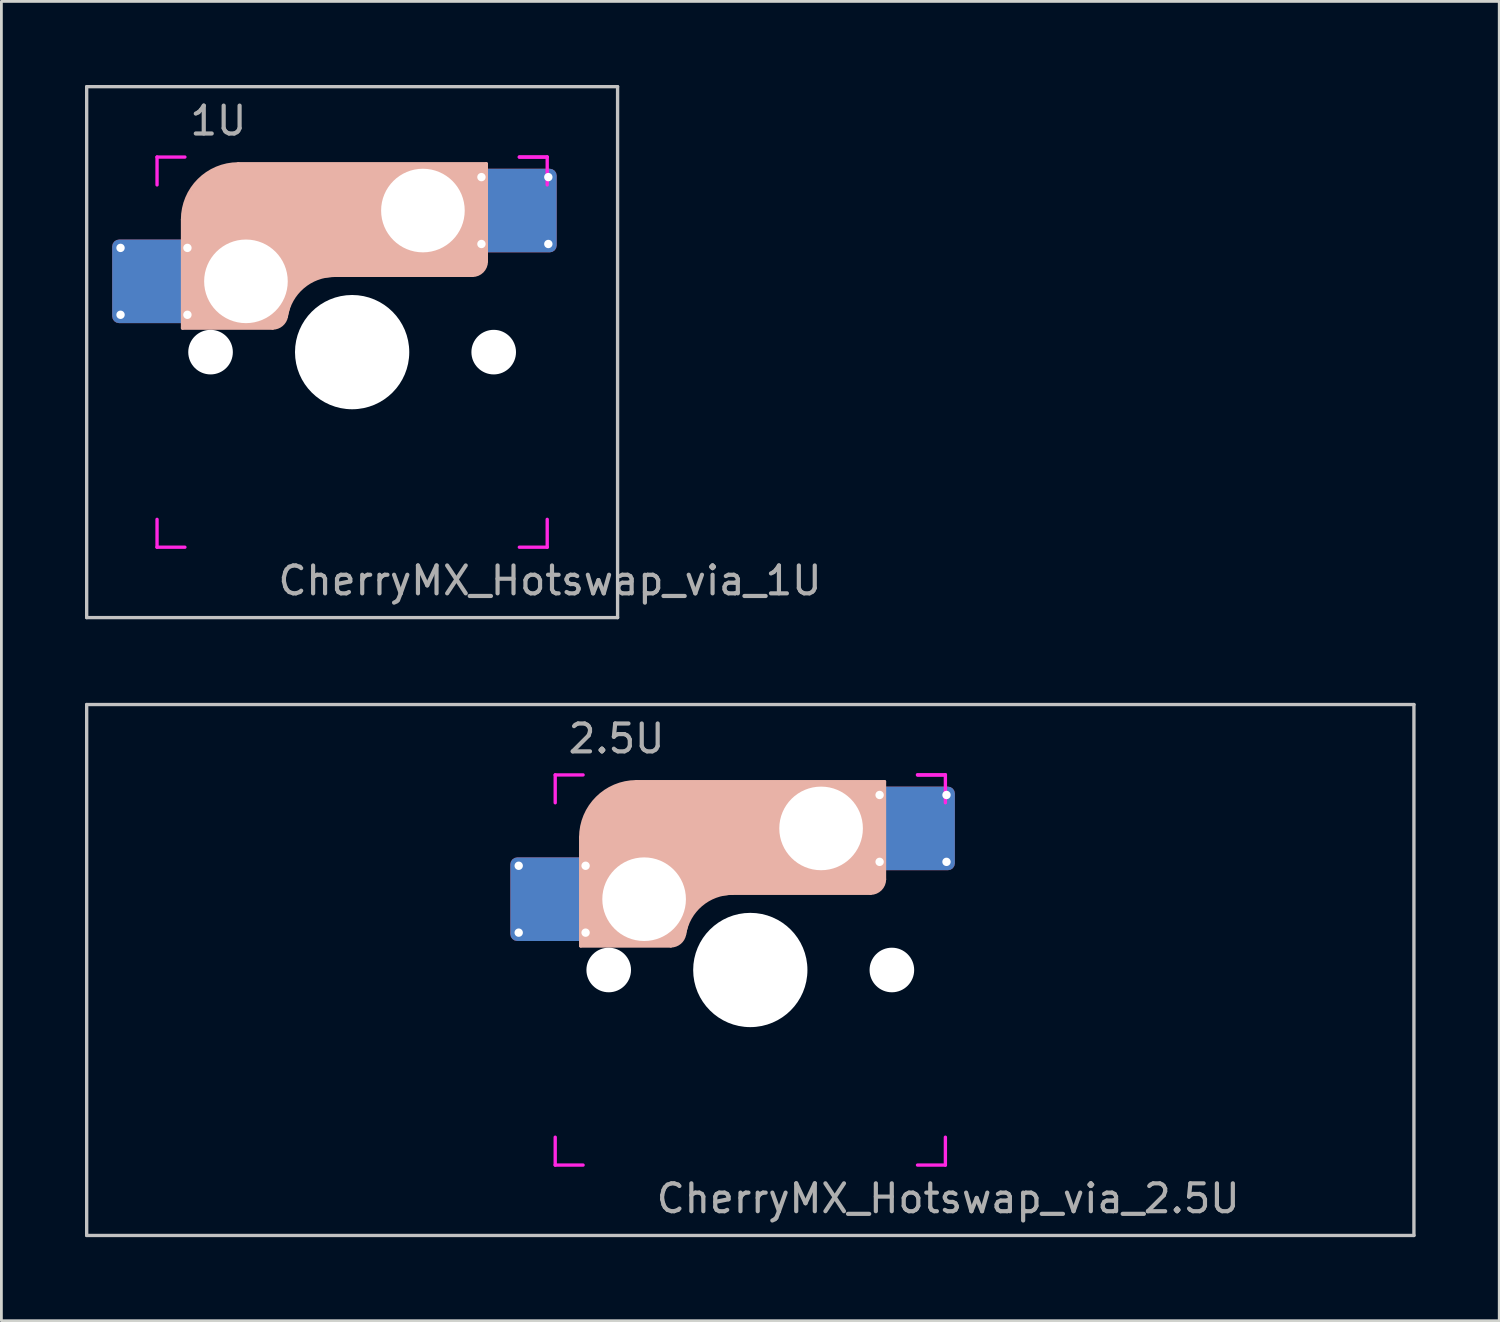
<source format=kicad_pcb>
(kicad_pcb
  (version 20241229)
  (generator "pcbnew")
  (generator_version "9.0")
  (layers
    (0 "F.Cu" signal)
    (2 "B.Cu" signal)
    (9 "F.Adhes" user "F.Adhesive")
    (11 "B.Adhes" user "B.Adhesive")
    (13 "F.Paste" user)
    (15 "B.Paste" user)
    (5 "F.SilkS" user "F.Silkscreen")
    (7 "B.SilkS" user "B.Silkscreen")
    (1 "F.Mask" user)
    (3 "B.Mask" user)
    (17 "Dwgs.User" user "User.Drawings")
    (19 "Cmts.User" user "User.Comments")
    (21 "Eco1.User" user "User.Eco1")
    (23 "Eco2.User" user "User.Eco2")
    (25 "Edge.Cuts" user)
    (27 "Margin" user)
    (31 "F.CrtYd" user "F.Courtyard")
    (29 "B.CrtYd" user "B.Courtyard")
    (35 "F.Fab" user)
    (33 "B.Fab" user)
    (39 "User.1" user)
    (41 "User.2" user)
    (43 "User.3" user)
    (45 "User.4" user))
  (footprint "CherryMX_Hotswap_via_2.5U"
    (layer "F.Cu")
    (at 23.872 31.755)
    (property "Reference" "CherryMX_Hotswap_via_2.5U" (at 7.1 8.2 0) (layer "F.Fab") (effects (font (size 1 1) (thickness 0.15))))
    (attr through_hole)
    (fp_line (start -8.11 -1.74) (end -8.11 -3.34) (stroke (width 0.12) (type solid)) (layer "B.Mask"))
    (fp_line (start -7.91 -3.54) (end -6.31 -3.54) (stroke (width 0.12) (type solid)) (layer "B.Mask"))
    (fp_line (start -6.31 -1.54) (end -7.91 -1.54) (stroke (width 0.12) (type solid)) (layer "B.Mask"))
    (fp_line (start -6.11 -3.34) (end -6.11 -1.74) (stroke (width 0.12) (type solid)) (layer "B.Mask"))
    (fp_line (start 4.84 -5.88) (end 4.84 -4.28) (stroke (width 0.12) (type solid)) (layer "B.Mask"))
    (fp_line (start 5.04 -6.08) (end 6.64 -6.08) (stroke (width 0.12) (type solid)) (layer "B.Mask"))
    (fp_line (start 5.04 -4.08) (end 6.64 -4.08) (stroke (width 0.12) (type solid)) (layer "B.Mask"))
    (fp_line (start 6.84 -4.28) (end 6.84 -5.88) (stroke (width 0.12) (type solid)) (layer "B.Mask"))
    (fp_arc (start -8.11 -3.34) (mid -8.051421 -3.481421) (end -7.91 -3.54) (stroke (width 0.12) (type solid)) (layer "B.Mask"))
    (fp_arc (start -7.91 -1.54) (mid -8.051421 -1.598579) (end -8.11 -1.74) (stroke (width 0.12) (type solid)) (layer "B.Mask"))
    (fp_arc (start -6.31 -3.54) (mid -6.168579 -3.481421) (end -6.11 -3.34) (stroke (width 0.12) (type solid)) (layer "B.Mask"))
    (fp_arc (start -6.11 -1.74) (mid -6.168579 -1.598579) (end -6.31 -1.54) (stroke (width 0.12) (type solid)) (layer "B.Mask"))
    (fp_arc (start 4.84 -5.88) (mid 4.898579 -6.021421) (end 5.04 -6.08) (stroke (width 0.12) (type solid)) (layer "B.Mask"))
    (fp_arc (start 5.04 -4.08) (mid 4.898579 -4.138579) (end 4.84 -4.28) (stroke (width 0.12) (type solid)) (layer "B.Mask"))
    (fp_arc (start 6.64 -6.08) (mid 6.781421 -6.021421) (end 6.84 -5.88) (stroke (width 0.12) (type solid)) (layer "B.Mask"))
    (fp_arc (start 6.84 -4.28) (mid 6.781421 -4.138579) (end 6.64 -4.08) (stroke (width 0.12) (type solid)) (layer "B.Mask"))
    (fp_poly (pts (xy -6.11 -3.34) (xy -6.11 -1.74) (xy -6.31 -1.54) (xy -7.91 -1.54) (xy -8.11 -1.74) (xy -8.11 -3.34) (xy -7.91 -3.54) (xy -6.31 -3.54)) (stroke (width 0.1) (type solid)) (fill yes) (layer "B.Mask"))
    (fp_poly (pts (xy 6.84 -5.88) (xy 6.84 -4.28) (xy 6.64 -4.08) (xy 5.04 -4.08) (xy 4.84 -4.28) (xy 4.84 -5.88) (xy 5.04 -6.08) (xy 6.64 -6.08)) (stroke (width 0.1) (type solid)) (fill yes) (layer "B.Mask"))
    (fp_line (start -6.085 -0.865) (end -6.085 -4.755) (stroke (width 0.12) (type solid)) (layer "B.SilkS"))
    (fp_line (start -4.085 -6.755) (end 4.815 -6.755) (stroke (width 0.12) (type solid)) (layer "B.SilkS"))
    (fp_line (start -2.852 -0.865) (end -6.085 -0.865) (stroke (width 0.12) (type solid)) (layer "B.SilkS"))
    (fp_line (start -0.635 -2.755) (end 4.315 -2.755) (stroke (width 0.12) (type solid)) (layer "B.SilkS"))
    (fp_line (start 4.815 -6.755) (end 4.815 -3.255) (stroke (width 0.12) (type solid)) (layer "B.SilkS"))
    (fp_arc (start -6.085 -4.755) (mid -5.499214 -6.169214) (end -4.085 -6.755) (stroke (width 0.12) (type solid)) (layer "B.SilkS"))
    (fp_arc (start -2.360959 -1.278326) (mid -1.770727 -2.335454) (end -0.635 -2.755) (stroke (width 0.12) (type solid)) (layer "B.SilkS"))
    (fp_arc (start -2.36 -1.278176) (mid -2.53101 -0.981978) (end -2.852404 -0.865) (stroke (width 0.12) (type solid)) (layer "B.SilkS"))
    (fp_arc (start 4.815 -3.255) (mid 4.668553 -2.901447) (end 4.315 -2.755) (stroke (width 0.12) (type solid)) (layer "B.SilkS"))
    (fp_poly (pts (xy 4.815 -3.255) (xy 4.633 -2.937) (xy 4.315 -2.755) (xy -0.635 -2.755) (xy -1.259 -2.696) (xy -1.805 -2.376) (xy -2.207 -1.885) (xy -2.361 -1.278) (xy -2.563 -1.02) (xy -2.852 -0.865) (xy -6.085 -0.865) (xy -6.085 -4.755) (xy -5.887 -5.501) (xy -5.464 -6.134) (xy -4.831 -6.557) (xy -4.085 -6.755) (xy 4.815 -6.755)) (stroke (width 0.1) (type solid)) (fill yes) (layer "B.SilkS"))
    (fp_line (start -8.11 -1.74) (end -8.11 -3.34) (stroke (width 0.12) (type solid)) (layer "B.Paste"))
    (fp_line (start -7.91 -3.54) (end -6.31 -3.54) (stroke (width 0.12) (type solid)) (layer "B.Paste"))
    (fp_line (start -6.31 -1.54) (end -7.91 -1.54) (stroke (width 0.12) (type solid)) (layer "B.Paste"))
    (fp_line (start -6.11 -3.34) (end -6.11 -1.74) (stroke (width 0.12) (type solid)) (layer "B.Paste"))
    (fp_line (start 4.84 -5.88) (end 4.84 -4.28) (stroke (width 0.12) (type solid)) (layer "B.Paste"))
    (fp_line (start 5.04 -6.08) (end 6.64 -6.08) (stroke (width 0.12) (type solid)) (layer "B.Paste"))
    (fp_line (start 5.04 -4.08) (end 6.64 -4.08) (stroke (width 0.12) (type solid)) (layer "B.Paste"))
    (fp_line (start 6.84 -4.28) (end 6.84 -5.88) (stroke (width 0.12) (type solid)) (layer "B.Paste"))
    (fp_arc (start -8.11 -3.34) (mid -8.051421 -3.481421) (end -7.91 -3.54) (stroke (width 0.12) (type solid)) (layer "B.Paste"))
    (fp_arc (start -7.91 -1.54) (mid -8.051421 -1.598579) (end -8.11 -1.74) (stroke (width 0.12) (type solid)) (layer "B.Paste"))
    (fp_arc (start -6.31 -3.54) (mid -6.168579 -3.481421) (end -6.11 -3.34) (stroke (width 0.12) (type solid)) (layer "B.Paste"))
    (fp_arc (start -6.11 -1.74) (mid -6.168579 -1.598579) (end -6.31 -1.54) (stroke (width 0.12) (type solid)) (layer "B.Paste"))
    (fp_arc (start 4.84 -5.88) (mid 4.898579 -6.021421) (end 5.04 -6.08) (stroke (width 0.12) (type solid)) (layer "B.Paste"))
    (fp_arc (start 5.04 -4.08) (mid 4.898579 -4.138579) (end 4.84 -4.28) (stroke (width 0.12) (type solid)) (layer "B.Paste"))
    (fp_arc (start 6.64 -6.08) (mid 6.781421 -6.021421) (end 6.84 -5.88) (stroke (width 0.12) (type solid)) (layer "B.Paste"))
    (fp_arc (start 6.84 -4.28) (mid 6.781421 -4.138579) (end 6.64 -4.08) (stroke (width 0.12) (type solid)) (layer "B.Paste"))
    (fp_poly (pts (xy -6.11 -3.34) (xy -6.11 -1.74) (xy -6.31 -1.54) (xy -7.91 -1.54) (xy -8.11 -1.74) (xy -8.11 -3.34) (xy -7.91 -3.54) (xy -6.31 -3.54)) (stroke (width 0.1) (type solid)) (fill yes) (layer "B.Paste"))
    (fp_poly (pts (xy 6.84 -5.88) (xy 6.84 -4.28) (xy 6.64 -4.08) (xy 5.04 -4.08) (xy 4.84 -4.28) (xy 4.84 -5.88) (xy 5.04 -6.08) (xy 6.64 -6.08)) (stroke (width 0.1) (type solid)) (fill yes) (layer "B.Paste"))
    (fp_line (start -23.812 -9.525) (end 23.812 -9.525) (stroke (width 0.12) (type solid)) (layer "Dwgs.User"))
    (fp_line (start -23.812 9.525) (end -23.812 -9.525) (stroke (width 0.12) (type solid)) (layer "Dwgs.User"))
    (fp_line (start 23.812 -9.525) (end 23.812 9.525) (stroke (width 0.12) (type solid)) (layer "Dwgs.User"))
    (fp_line (start 23.812 9.525) (end -23.812 9.525) (stroke (width 0.12) (type solid)) (layer "Dwgs.User"))
    (fp_line (start -7 -7) (end -7 -6) (stroke (width 0.12) (type solid)) (layer "F.CrtYd"))
    (fp_line (start -7 -7) (end -6 -7) (stroke (width 0.12) (type solid)) (layer "F.CrtYd"))
    (fp_line (start -7 7) (end -7 6) (stroke (width 0.12) (type solid)) (layer "F.CrtYd"))
    (fp_line (start -7 7) (end -6 7) (stroke (width 0.12) (type solid)) (layer "F.CrtYd"))
    (fp_line (start 6 -7) (end 7 -7) (stroke (width 0.12) (type solid)) (layer "F.CrtYd"))
    (fp_line (start 7 -7) (end 6 -7) (stroke (width 0.12) (type solid)) (layer "F.CrtYd"))
    (fp_line (start 7 -7) (end 7 -6) (stroke (width 0.12) (type solid)) (layer "F.CrtYd"))
    (fp_line (start 7 7) (end 6 7) (stroke (width 0.12) (type solid)) (layer "F.CrtYd"))
    (fp_line (start 7 7) (end 7 6) (stroke (width 0.12) (type solid)) (layer "F.CrtYd"))
    (fp_text user "2.5U" (at -4.8 -8.3 0) (layer "F.Fab") (effects (font (size 1 1) (thickness 0.15))))
    (pad "" np_thru_hole circle (at -5.08 0) (size 1.6 1.6) (drill 1.6) (layers "*.Cu" "*.Mask"))
    (pad "" np_thru_hole circle (at -3.81 -2.54) (size 3 3) (drill 3) (layers "*.Cu" "*.Mask"))
    (pad "" np_thru_hole circle (at 0 0) (size 4.1 4.1) (drill 4.1) (layers "*.Cu" "*.Mask"))
    (pad "" np_thru_hole circle (at 2.54 -5.08) (size 3 3) (drill 3) (layers "*.Cu" "*.Mask"))
    (pad "" np_thru_hole circle (at 5.08 0) (size 1.6 1.6) (drill 1.6) (layers "*.Cu" "*.Mask"))
    (pad "1" thru_hole circle (at -8.31 -3.74) (size 0.5 0.5) (drill 0.3) (layers "*.Cu"))
    (pad "1" thru_hole circle (at -8.31 -1.34) (size 0.5 0.5) (drill 0.3) (layers "*.Cu"))
    (pad "1" smd roundrect (at -7.11 -2.54) (size 3 3) (layers "F.Cu") (roundrect_rratio 0.083))
    (pad "1" smd roundrect (at -7.11 -2.54 180) (size 3 3) (layers "B.Cu") (roundrect_rratio 0.083))
    (pad "1" thru_hole circle (at -5.91 -3.74) (size 0.5 0.5) (drill 0.3) (layers "*.Cu"))
    (pad "1" thru_hole circle (at -5.91 -1.34) (size 0.5 0.5) (drill 0.3) (layers "*.Cu"))
    (pad "2" thru_hole circle (at 4.64 -6.28 180) (size 0.5 0.5) (drill 0.3) (layers "*.Cu"))
    (pad "2" thru_hole circle (at 4.64 -3.88 180) (size 0.5 0.5) (drill 0.3) (layers "*.Cu"))
    (pad "2" smd roundrect (at 5.84 -5.08 180) (size 3 3) (layers "F.Cu") (roundrect_rratio 0.083))
    (pad "2" smd roundrect (at 5.84 -5.08 180) (size 3 3) (layers "B.Cu") (roundrect_rratio 0.083))
    (pad "2" thru_hole circle (at 7.04 -6.28 180) (size 0.5 0.5) (drill 0.3) (layers "*.Cu"))
    (pad "2" thru_hole circle (at 7.04 -3.88 180) (size 0.5 0.5) (drill 0.3) (layers "*.Cu")))
  (footprint "CherryMX_Hotswap_via_1U"
    (layer "F.Cu")
    (at 9.585 9.585)
    (property "Reference" "CherryMX_Hotswap_via_1U" (at 7.1 8.2 0) (layer "F.Fab") (effects (font (size 1 1) (thickness 0.15))))
    (attr through_hole)
    (fp_line (start -8.11 -1.74) (end -8.11 -3.34) (stroke (width 0.12) (type solid)) (layer "B.Mask"))
    (fp_line (start -7.91 -3.54) (end -6.31 -3.54) (stroke (width 0.12) (type solid)) (layer "B.Mask"))
    (fp_line (start -6.31 -1.54) (end -7.91 -1.54) (stroke (width 0.12) (type solid)) (layer "B.Mask"))
    (fp_line (start -6.11 -3.34) (end -6.11 -1.74) (stroke (width 0.12) (type solid)) (layer "B.Mask"))
    (fp_line (start 4.84 -5.88) (end 4.84 -4.28) (stroke (width 0.12) (type solid)) (layer "B.Mask"))
    (fp_line (start 5.04 -6.08) (end 6.64 -6.08) (stroke (width 0.12) (type solid)) (layer "B.Mask"))
    (fp_line (start 5.04 -4.08) (end 6.64 -4.08) (stroke (width 0.12) (type solid)) (layer "B.Mask"))
    (fp_line (start 6.84 -4.28) (end 6.84 -5.88) (stroke (width 0.12) (type solid)) (layer "B.Mask"))
    (fp_arc (start -8.11 -3.34) (mid -8.051421 -3.481421) (end -7.91 -3.54) (stroke (width 0.12) (type solid)) (layer "B.Mask"))
    (fp_arc (start -7.91 -1.54) (mid -8.051421 -1.598579) (end -8.11 -1.74) (stroke (width 0.12) (type solid)) (layer "B.Mask"))
    (fp_arc (start -6.31 -3.54) (mid -6.168579 -3.481421) (end -6.11 -3.34) (stroke (width 0.12) (type solid)) (layer "B.Mask"))
    (fp_arc (start -6.11 -1.74) (mid -6.168579 -1.598579) (end -6.31 -1.54) (stroke (width 0.12) (type solid)) (layer "B.Mask"))
    (fp_arc (start 4.84 -5.88) (mid 4.898579 -6.021421) (end 5.04 -6.08) (stroke (width 0.12) (type solid)) (layer "B.Mask"))
    (fp_arc (start 5.04 -4.08) (mid 4.898579 -4.138579) (end 4.84 -4.28) (stroke (width 0.12) (type solid)) (layer "B.Mask"))
    (fp_arc (start 6.64 -6.08) (mid 6.781421 -6.021421) (end 6.84 -5.88) (stroke (width 0.12) (type solid)) (layer "B.Mask"))
    (fp_arc (start 6.84 -4.28) (mid 6.781421 -4.138579) (end 6.64 -4.08) (stroke (width 0.12) (type solid)) (layer "B.Mask"))
    (fp_poly (pts (xy -6.11 -3.34) (xy -6.11 -1.74) (xy -6.31 -1.54) (xy -7.91 -1.54) (xy -8.11 -1.74) (xy -8.11 -3.34) (xy -7.91 -3.54) (xy -6.31 -3.54)) (stroke (width 0.1) (type solid)) (fill yes) (layer "B.Mask"))
    (fp_poly (pts (xy 6.84 -5.88) (xy 6.84 -4.28) (xy 6.64 -4.08) (xy 5.04 -4.08) (xy 4.84 -4.28) (xy 4.84 -5.88) (xy 5.04 -6.08) (xy 6.64 -6.08)) (stroke (width 0.1) (type solid)) (fill yes) (layer "B.Mask"))
    (fp_line (start -6.085 -0.865) (end -6.085 -4.755) (stroke (width 0.12) (type solid)) (layer "B.SilkS"))
    (fp_line (start -4.085 -6.755) (end 4.815 -6.755) (stroke (width 0.12) (type solid)) (layer "B.SilkS"))
    (fp_line (start -2.852 -0.865) (end -6.085 -0.865) (stroke (width 0.12) (type solid)) (layer "B.SilkS"))
    (fp_line (start -0.635 -2.755) (end 4.315 -2.755) (stroke (width 0.12) (type solid)) (layer "B.SilkS"))
    (fp_line (start 4.815 -6.755) (end 4.815 -3.255) (stroke (width 0.12) (type solid)) (layer "B.SilkS"))
    (fp_arc (start -6.085 -4.755) (mid -5.499214 -6.169214) (end -4.085 -6.755) (stroke (width 0.12) (type solid)) (layer "B.SilkS"))
    (fp_arc (start -2.360959 -1.278326) (mid -1.770727 -2.335454) (end -0.635 -2.755) (stroke (width 0.12) (type solid)) (layer "B.SilkS"))
    (fp_arc (start -2.36 -1.278176) (mid -2.53101 -0.981978) (end -2.852404 -0.865) (stroke (width 0.12) (type solid)) (layer "B.SilkS"))
    (fp_arc (start 4.815 -3.255) (mid 4.668553 -2.901447) (end 4.315 -2.755) (stroke (width 0.12) (type solid)) (layer "B.SilkS"))
    (fp_poly (pts (xy 4.815 -3.255) (xy 4.633 -2.937) (xy 4.315 -2.755) (xy -0.635 -2.755) (xy -1.259 -2.696) (xy -1.805 -2.376) (xy -2.207 -1.885) (xy -2.361 -1.278) (xy -2.563 -1.02) (xy -2.852 -0.865) (xy -6.085 -0.865) (xy -6.085 -4.755) (xy -5.887 -5.501) (xy -5.464 -6.134) (xy -4.831 -6.557) (xy -4.085 -6.755) (xy 4.815 -6.755)) (stroke (width 0.1) (type solid)) (fill yes) (layer "B.SilkS"))
    (fp_line (start -8.11 -1.74) (end -8.11 -3.34) (stroke (width 0.12) (type solid)) (layer "B.Paste"))
    (fp_line (start -7.91 -3.54) (end -6.31 -3.54) (stroke (width 0.12) (type solid)) (layer "B.Paste"))
    (fp_line (start -6.31 -1.54) (end -7.91 -1.54) (stroke (width 0.12) (type solid)) (layer "B.Paste"))
    (fp_line (start -6.11 -3.34) (end -6.11 -1.74) (stroke (width 0.12) (type solid)) (layer "B.Paste"))
    (fp_line (start 4.84 -5.88) (end 4.84 -4.28) (stroke (width 0.12) (type solid)) (layer "B.Paste"))
    (fp_line (start 5.04 -6.08) (end 6.64 -6.08) (stroke (width 0.12) (type solid)) (layer "B.Paste"))
    (fp_line (start 5.04 -4.08) (end 6.64 -4.08) (stroke (width 0.12) (type solid)) (layer "B.Paste"))
    (fp_line (start 6.84 -4.28) (end 6.84 -5.88) (stroke (width 0.12) (type solid)) (layer "B.Paste"))
    (fp_arc (start -8.11 -3.34) (mid -8.051421 -3.481421) (end -7.91 -3.54) (stroke (width 0.12) (type solid)) (layer "B.Paste"))
    (fp_arc (start -7.91 -1.54) (mid -8.051421 -1.598579) (end -8.11 -1.74) (stroke (width 0.12) (type solid)) (layer "B.Paste"))
    (fp_arc (start -6.31 -3.54) (mid -6.168579 -3.481421) (end -6.11 -3.34) (stroke (width 0.12) (type solid)) (layer "B.Paste"))
    (fp_arc (start -6.11 -1.74) (mid -6.168579 -1.598579) (end -6.31 -1.54) (stroke (width 0.12) (type solid)) (layer "B.Paste"))
    (fp_arc (start 4.84 -5.88) (mid 4.898579 -6.021421) (end 5.04 -6.08) (stroke (width 0.12) (type solid)) (layer "B.Paste"))
    (fp_arc (start 5.04 -4.08) (mid 4.898579 -4.138579) (end 4.84 -4.28) (stroke (width 0.12) (type solid)) (layer "B.Paste"))
    (fp_arc (start 6.64 -6.08) (mid 6.781421 -6.021421) (end 6.84 -5.88) (stroke (width 0.12) (type solid)) (layer "B.Paste"))
    (fp_arc (start 6.84 -4.28) (mid 6.781421 -4.138579) (end 6.64 -4.08) (stroke (width 0.12) (type solid)) (layer "B.Paste"))
    (fp_poly (pts (xy -6.11 -3.34) (xy -6.11 -1.74) (xy -6.31 -1.54) (xy -7.91 -1.54) (xy -8.11 -1.74) (xy -8.11 -3.34) (xy -7.91 -3.54) (xy -6.31 -3.54)) (stroke (width 0.1) (type solid)) (fill yes) (layer "B.Paste"))
    (fp_poly (pts (xy 6.84 -5.88) (xy 6.84 -4.28) (xy 6.64 -4.08) (xy 5.04 -4.08) (xy 4.84 -4.28) (xy 4.84 -5.88) (xy 5.04 -6.08) (xy 6.64 -6.08)) (stroke (width 0.1) (type solid)) (fill yes) (layer "B.Paste"))
    (fp_line (start -9.525 -9.525) (end 9.525 -9.525) (stroke (width 0.12) (type solid)) (layer "Dwgs.User"))
    (fp_line (start -9.525 9.525) (end -9.525 -9.525) (stroke (width 0.12) (type solid)) (layer "Dwgs.User"))
    (fp_line (start 9.525 -9.525) (end 9.525 9.525) (stroke (width 0.12) (type solid)) (layer "Dwgs.User"))
    (fp_line (start 9.525 9.525) (end -9.525 9.525) (stroke (width 0.12) (type solid)) (layer "Dwgs.User"))
    (fp_line (start -7 -7) (end -7 -6) (stroke (width 0.12) (type solid)) (layer "F.CrtYd"))
    (fp_line (start -7 -7) (end -6 -7) (stroke (width 0.12) (type solid)) (layer "F.CrtYd"))
    (fp_line (start -7 7) (end -7 6) (stroke (width 0.12) (type solid)) (layer "F.CrtYd"))
    (fp_line (start -7 7) (end -6 7) (stroke (width 0.12) (type solid)) (layer "F.CrtYd"))
    (fp_line (start 6 -7) (end 7 -7) (stroke (width 0.12) (type solid)) (layer "F.CrtYd"))
    (fp_line (start 7 -7) (end 6 -7) (stroke (width 0.12) (type solid)) (layer "F.CrtYd"))
    (fp_line (start 7 -7) (end 7 -6) (stroke (width 0.12) (type solid)) (layer "F.CrtYd"))
    (fp_line (start 7 7) (end 6 7) (stroke (width 0.12) (type solid)) (layer "F.CrtYd"))
    (fp_line (start 7 7) (end 7 6) (stroke (width 0.12) (type solid)) (layer "F.CrtYd"))
    (fp_text user "1U" (at -4.8 -8.3 0) (layer "F.Fab") (effects (font (size 1 1) (thickness 0.15))))
    (pad "" np_thru_hole circle (at -5.08 0) (size 1.6 1.6) (drill 1.6) (layers "*.Cu" "*.Mask"))
    (pad "" np_thru_hole circle (at -3.81 -2.54) (size 3 3) (drill 3) (layers "*.Cu" "*.Mask"))
    (pad "" np_thru_hole circle (at 0 0) (size 4.1 4.1) (drill 4.1) (layers "*.Cu" "*.Mask"))
    (pad "" np_thru_hole circle (at 2.54 -5.08) (size 3 3) (drill 3) (layers "*.Cu" "*.Mask"))
    (pad "" np_thru_hole circle (at 5.08 0) (size 1.6 1.6) (drill 1.6) (layers "*.Cu" "*.Mask"))
    (pad "1" thru_hole circle (at -8.31 -3.74) (size 0.5 0.5) (drill 0.3) (layers "*.Cu"))
    (pad "1" thru_hole circle (at -8.31 -1.34) (size 0.5 0.5) (drill 0.3) (layers "*.Cu"))
    (pad "1" smd roundrect (at -7.11 -2.54) (size 3 3) (layers "F.Cu") (roundrect_rratio 0.083))
    (pad "1" smd roundrect (at -7.11 -2.54 180) (size 3 3) (layers "B.Cu") (roundrect_rratio 0.083))
    (pad "1" thru_hole circle (at -5.91 -3.74) (size 0.5 0.5) (drill 0.3) (layers "*.Cu"))
    (pad "1" thru_hole circle (at -5.91 -1.34) (size 0.5 0.5) (drill 0.3) (layers "*.Cu"))
    (pad "2" thru_hole circle (at 4.64 -6.28 180) (size 0.5 0.5) (drill 0.3) (layers "*.Cu"))
    (pad "2" thru_hole circle (at 4.64 -3.88 180) (size 0.5 0.5) (drill 0.3) (layers "*.Cu"))
    (pad "2" smd roundrect (at 5.84 -5.08 180) (size 3 3) (layers "F.Cu") (roundrect_rratio 0.083))
    (pad "2" smd roundrect (at 5.84 -5.08 180) (size 3 3) (layers "B.Cu") (roundrect_rratio 0.083))
    (pad "2" thru_hole circle (at 7.04 -6.28 180) (size 0.5 0.5) (drill 0.3) (layers "*.Cu"))
    (pad "2" thru_hole circle (at 7.04 -3.88 180) (size 0.5 0.5) (drill 0.3) (layers "*.Cu")))
  (gr_rect
    (start -3 -3)
    (end 50.745 44.34)
    (stroke (width 0.1) (type default))
    (fill no)
    (layer "Edge.Cuts")))
</source>
